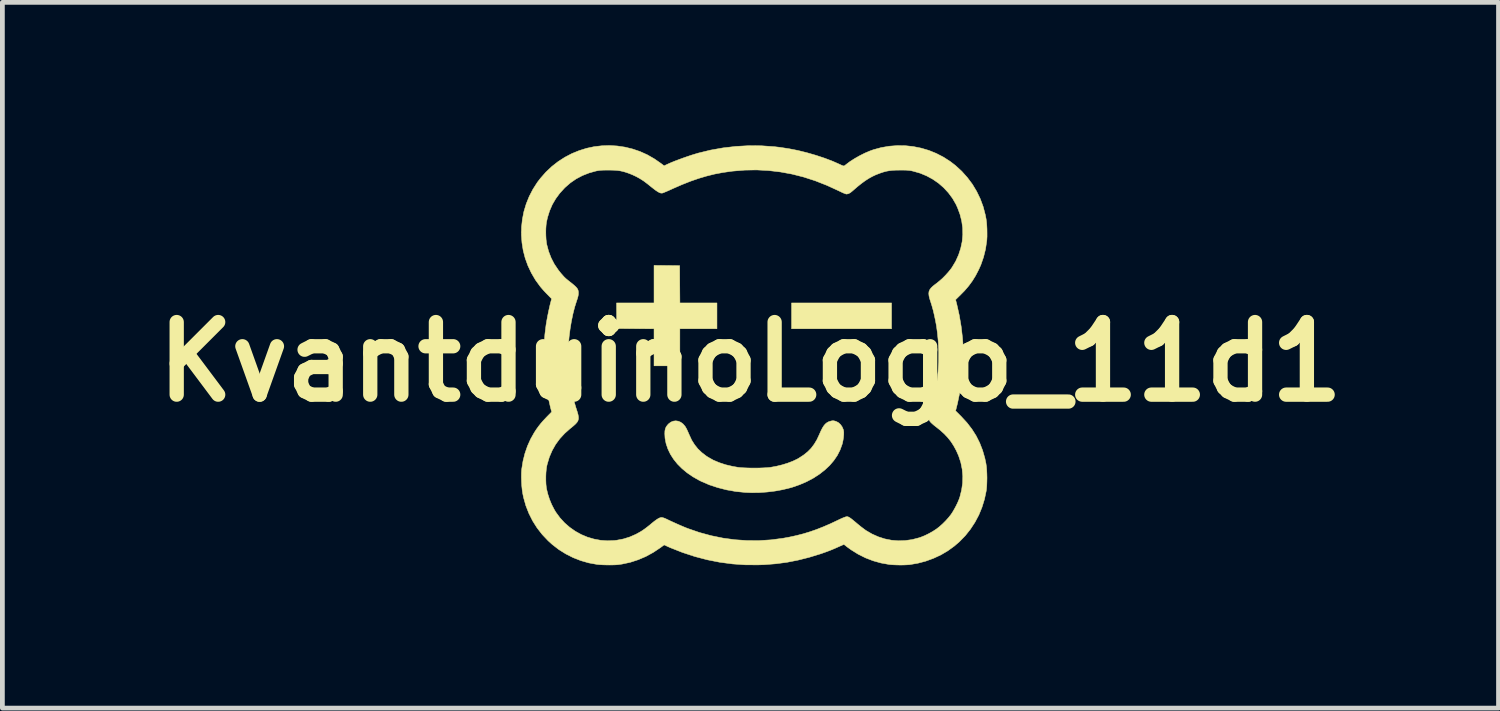
<source format=kicad_pcb>
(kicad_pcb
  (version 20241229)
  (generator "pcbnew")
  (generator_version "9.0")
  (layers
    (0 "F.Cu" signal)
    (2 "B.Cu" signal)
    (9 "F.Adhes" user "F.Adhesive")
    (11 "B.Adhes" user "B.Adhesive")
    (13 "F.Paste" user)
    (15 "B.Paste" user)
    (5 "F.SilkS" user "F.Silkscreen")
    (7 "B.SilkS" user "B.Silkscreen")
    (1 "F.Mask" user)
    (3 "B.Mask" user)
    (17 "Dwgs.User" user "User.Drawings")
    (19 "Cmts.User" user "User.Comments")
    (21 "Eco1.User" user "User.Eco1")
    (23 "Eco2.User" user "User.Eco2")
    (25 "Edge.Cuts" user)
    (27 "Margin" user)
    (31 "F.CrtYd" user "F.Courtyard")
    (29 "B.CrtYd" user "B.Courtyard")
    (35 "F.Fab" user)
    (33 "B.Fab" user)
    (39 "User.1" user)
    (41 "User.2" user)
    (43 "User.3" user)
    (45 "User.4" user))
  (footprint "KvantduinoLogo_11d1"
    (layer "F.Cu")
    (at 12.707 4.547)
    (property "Reference" "KvantduinoLogo_11d1" (at 0 0 0) (layer "F.SilkS") (effects (font (size 1.524 1.524) (thickness 0.3))))
    (attr through_hole)
    (fp_poly (pts (xy 2.963 -0.694) (xy 0.864 -0.694) (xy 0.864 -1.236) (xy 2.963 -1.236) (xy 2.963 -0.694)) (stroke (width 0.01) (type solid)) (fill yes) (layer "F.SilkS"))
    (fp_poly (pts (xy -1.755 -2.022) (xy -1.486 -2.019) (xy -1.484 -1.628) (xy -1.481 -1.236) (xy -0.703 -1.236) (xy -0.703 -0.694) (xy -1.482 -0.694) (xy -1.482 0.085) (xy -2.024 0.085) (xy -2.024 -0.694) (xy -2.807 -0.699) (xy -2.811 -1.236) (xy -2.024 -1.236) (xy -2.024 -2.024) (xy -1.755 -2.022)) (stroke (width 0.01) (type solid)) (fill yes) (layer "F.SilkS"))
    (fp_poly (pts (xy 1.763 1.241) (xy 1.795 1.25) (xy 1.845 1.275) (xy 1.889 1.314) (xy 1.925 1.364) (xy 1.95 1.422) (xy 1.956 1.445) (xy 1.96 1.482) (xy 1.959 1.53) (xy 1.954 1.587) (xy 1.945 1.646) (xy 1.933 1.705) (xy 1.925 1.734) (xy 1.882 1.852) (xy 1.824 1.966) (xy 1.75 2.074) (xy 1.662 2.177) (xy 1.56 2.272) (xy 1.446 2.361) (xy 1.319 2.443) (xy 1.181 2.516) (xy 1.033 2.58) (xy 0.874 2.635) (xy 0.824 2.649) (xy 0.675 2.685) (xy 0.516 2.714) (xy 0.351 2.734) (xy 0.184 2.746) (xy 0.022 2.748) (xy -0.106 2.743) (xy -0.306 2.723) (xy -0.499 2.689) (xy -0.684 2.642) (xy -0.861 2.584) (xy -1.026 2.513) (xy -1.077 2.488) (xy -1.209 2.413) (xy -1.329 2.331) (xy -1.437 2.241) (xy -1.532 2.146) (xy -1.613 2.045) (xy -1.681 1.939) (xy -1.733 1.83) (xy -1.771 1.718) (xy -1.793 1.604) (xy -1.798 1.511) (xy -1.796 1.453) (xy -1.787 1.407) (xy -1.771 1.368) (xy -1.745 1.332) (xy -1.72 1.304) (xy -1.672 1.267) (xy -1.621 1.246) (xy -1.568 1.239) (xy -1.515 1.247) (xy -1.463 1.269) (xy -1.415 1.305) (xy -1.373 1.353) (xy -1.345 1.4) (xy -1.33 1.431) (xy -1.312 1.471) (xy -1.293 1.514) (xy -1.282 1.539) (xy -1.232 1.647) (xy -1.172 1.742) (xy -1.103 1.828) (xy -1.021 1.906) (xy -0.926 1.979) (xy -0.89 2.002) (xy -0.781 2.064) (xy -0.658 2.116) (xy -0.522 2.161) (xy -0.373 2.196) (xy -0.258 2.216) (xy -0.204 2.222) (xy -0.136 2.226) (xy -0.059 2.229) (xy 0.024 2.231) (xy 0.109 2.231) (xy 0.194 2.23) (xy 0.273 2.227) (xy 0.344 2.223) (xy 0.403 2.218) (xy 0.419 2.216) (xy 0.545 2.193) (xy 0.668 2.163) (xy 0.784 2.127) (xy 0.891 2.086) (xy 0.985 2.041) (xy 1.016 2.023) (xy 1.116 1.958) (xy 1.202 1.889) (xy 1.276 1.814) (xy 1.339 1.73) (xy 1.396 1.635) (xy 1.447 1.526) (xy 1.447 1.525) (xy 1.48 1.451) (xy 1.511 1.39) (xy 1.541 1.343) (xy 1.571 1.307) (xy 1.603 1.28) (xy 1.639 1.26) (xy 1.671 1.249) (xy 1.706 1.24) (xy 1.735 1.237) (xy 1.763 1.241)) (stroke (width 0.01) (type solid)) (fill yes) (layer "F.SilkS"))
    (fp_poly (pts (xy -2.797 -4.532) (xy -2.635 -4.508) (xy -2.475 -4.469) (xy -2.317 -4.415) (xy -2.164 -4.346) (xy -2.016 -4.261) (xy -1.882 -4.168) (xy -1.812 -4.115) (xy -1.778 -4.132) (xy -1.726 -4.156) (xy -1.66 -4.185) (xy -1.584 -4.216) (xy -1.501 -4.247) (xy -1.414 -4.279) (xy -1.325 -4.31) (xy -1.239 -4.339) (xy -1.157 -4.364) (xy -1.101 -4.381) (xy -0.839 -4.445) (xy -0.574 -4.492) (xy -0.306 -4.523) (xy -0.037 -4.538) (xy 0.233 -4.536) (xy 0.503 -4.517) (xy 0.622 -4.503) (xy 0.806 -4.475) (xy 0.995 -4.438) (xy 1.185 -4.391) (xy 1.372 -4.337) (xy 1.554 -4.277) (xy 1.725 -4.212) (xy 1.85 -4.157) (xy 1.893 -4.137) (xy 1.924 -4.123) (xy 1.946 -4.115) (xy 1.961 -4.113) (xy 1.973 -4.116) (xy 1.986 -4.125) (xy 2.002 -4.138) (xy 2.008 -4.143) (xy 2.092 -4.206) (xy 2.189 -4.268) (xy 2.293 -4.327) (xy 2.4 -4.381) (xy 2.506 -4.426) (xy 2.58 -4.453) (xy 2.745 -4.498) (xy 2.913 -4.527) (xy 3.082 -4.54) (xy 3.251 -4.538) (xy 3.419 -4.52) (xy 3.584 -4.487) (xy 3.746 -4.439) (xy 3.902 -4.376) (xy 4.053 -4.298) (xy 4.196 -4.206) (xy 4.305 -4.122) (xy 4.437 -4.001) (xy 4.555 -3.869) (xy 4.66 -3.729) (xy 4.75 -3.579) (xy 4.826 -3.422) (xy 4.887 -3.257) (xy 4.932 -3.085) (xy 4.949 -2.997) (xy 4.957 -2.936) (xy 4.963 -2.863) (xy 4.967 -2.784) (xy 4.968 -2.703) (xy 4.968 -2.627) (xy 4.964 -2.56) (xy 4.962 -2.54) (xy 4.936 -2.364) (xy 4.894 -2.196) (xy 4.838 -2.035) (xy 4.793 -1.935) (xy 4.729 -1.811) (xy 4.66 -1.699) (xy 4.583 -1.594) (xy 4.495 -1.491) (xy 4.417 -1.412) (xy 4.308 -1.304) (xy 4.334 -1.204) (xy 4.385 -0.977) (xy 4.425 -0.741) (xy 4.453 -0.5) (xy 4.462 -0.385) (xy 4.47 -0.14) (xy 4.462 0.11) (xy 4.439 0.363) (xy 4.401 0.617) (xy 4.348 0.871) (xy 4.338 0.911) (xy 4.308 1.03) (xy 4.426 1.148) (xy 4.546 1.278) (xy 4.65 1.413) (xy 4.739 1.553) (xy 4.813 1.701) (xy 4.874 1.857) (xy 4.922 2.023) (xy 4.946 2.138) (xy 4.955 2.199) (xy 4.961 2.272) (xy 4.965 2.353) (xy 4.967 2.439) (xy 4.965 2.524) (xy 4.962 2.604) (xy 4.956 2.675) (xy 4.951 2.712) (xy 4.914 2.887) (xy 4.862 3.055) (xy 4.796 3.216) (xy 4.714 3.37) (xy 4.619 3.515) (xy 4.511 3.651) (xy 4.389 3.776) (xy 4.28 3.87) (xy 4.145 3.968) (xy 3.999 4.054) (xy 3.844 4.126) (xy 3.683 4.185) (xy 3.517 4.229) (xy 3.348 4.258) (xy 3.345 4.259) (xy 3.287 4.263) (xy 3.218 4.266) (xy 3.143 4.267) (xy 3.066 4.265) (xy 2.992 4.262) (xy 2.927 4.257) (xy 2.907 4.254) (xy 2.74 4.224) (xy 2.576 4.178) (xy 2.415 4.116) (xy 2.261 4.039) (xy 2.115 3.948) (xy 2.033 3.889) (xy 1.963 3.834) (xy 1.847 3.885) (xy 1.773 3.918) (xy 1.709 3.945) (xy 1.651 3.968) (xy 1.595 3.989) (xy 1.536 4.01) (xy 1.473 4.032) (xy 1.235 4.105) (xy 1.001 4.164) (xy 0.767 4.21) (xy 0.531 4.241) (xy 0.289 4.26) (xy 0.161 4.264) (xy -0.108 4.263) (xy -0.376 4.244) (xy -0.642 4.209) (xy -0.906 4.157) (xy -1.169 4.088) (xy -1.428 4.003) (xy -1.684 3.902) (xy -1.755 3.87) (xy -1.812 3.844) (xy -1.89 3.902) (xy -2.04 4.002) (xy -2.195 4.087) (xy -2.357 4.156) (xy -2.523 4.21) (xy -2.695 4.247) (xy -2.777 4.259) (xy -2.826 4.263) (xy -2.888 4.265) (xy -2.958 4.266) (xy -3.03 4.265) (xy -3.101 4.263) (xy -3.166 4.259) (xy -3.22 4.254) (xy -3.226 4.253) (xy -3.396 4.222) (xy -3.563 4.174) (xy -3.724 4.111) (xy -3.878 4.033) (xy -4.025 3.941) (xy -4.162 3.835) (xy -4.249 3.756) (xy -4.372 3.626) (xy -4.48 3.487) (xy -4.573 3.34) (xy -4.651 3.185) (xy -4.715 3.022) (xy -4.763 2.852) (xy -4.78 2.771) (xy -4.792 2.695) (xy -4.801 2.608) (xy -4.806 2.516) (xy -4.809 2.423) (xy -4.808 2.335) (xy -4.803 2.258) (xy -4.801 2.244) (xy -4.775 2.083) (xy -4.735 1.924) (xy -4.681 1.768) (xy -4.615 1.621) (xy -4.539 1.486) (xy -4.494 1.417) (xy -4.45 1.356) (xy -4.405 1.299) (xy -4.355 1.241) (xy -4.296 1.178) (xy -4.282 1.163) (xy -4.173 1.052) (xy -4.199 0.956) (xy -4.255 0.709) (xy -4.297 0.456) (xy -4.325 0.199) (xy -4.337 -0.06) (xy -4.334 -0.319) (xy -4.316 -0.575) (xy -4.292 -0.77) (xy -4.275 -0.872) (xy -4.255 -0.978) (xy -4.233 -1.084) (xy -4.211 -1.182) (xy -4.2 -1.226) (xy -4.174 -1.324) (xy -4.266 -1.418) (xy -4.304 -1.457) (xy -4.343 -1.499) (xy -4.378 -1.539) (xy -4.407 -1.573) (xy -4.412 -1.579) (xy -4.514 -1.719) (xy -4.6 -1.866) (xy -4.672 -2.018) (xy -4.729 -2.175) (xy -4.771 -2.336) (xy -4.797 -2.5) (xy -4.809 -2.664) (xy -4.808 -2.725) (xy -4.297 -2.725) (xy -4.295 -2.646) (xy -4.291 -2.57) (xy -4.283 -2.503) (xy -4.277 -2.466) (xy -4.238 -2.319) (xy -4.185 -2.182) (xy -4.118 -2.052) (xy -4.035 -1.929) (xy -3.983 -1.863) (xy -3.942 -1.816) (xy -3.907 -1.778) (xy -3.872 -1.745) (xy -3.831 -1.711) (xy -3.797 -1.684) (xy -3.741 -1.64) (xy -3.697 -1.603) (xy -3.664 -1.572) (xy -3.64 -1.544) (xy -3.625 -1.519) (xy -3.616 -1.492) (xy -3.612 -1.464) (xy -3.612 -1.439) (xy -3.614 -1.407) (xy -3.621 -1.371) (xy -3.633 -1.328) (xy -3.648 -1.283) (xy -3.69 -1.151) (xy -3.727 -1.006) (xy -3.759 -0.852) (xy -3.786 -0.69) (xy -3.807 -0.526) (xy -3.819 -0.39) (xy -3.823 -0.317) (xy -3.825 -0.232) (xy -3.825 -0.139) (xy -3.824 -0.044) (xy -3.821 0.051) (xy -3.817 0.14) (xy -3.811 0.22) (xy -3.806 0.271) (xy -3.787 0.414) (xy -3.763 0.556) (xy -3.735 0.695) (xy -3.704 0.825) (xy -3.67 0.944) (xy -3.658 0.982) (xy -3.635 1.053) (xy -3.619 1.111) (xy -3.611 1.159) (xy -3.611 1.199) (xy -3.621 1.236) (xy -3.641 1.27) (xy -3.673 1.306) (xy -3.716 1.345) (xy -3.772 1.391) (xy -3.785 1.401) (xy -3.901 1.504) (xy -4.003 1.615) (xy -4.091 1.735) (xy -4.163 1.863) (xy -4.222 2) (xy -4.266 2.146) (xy -4.277 2.193) (xy -4.286 2.254) (xy -4.293 2.328) (xy -4.296 2.407) (xy -4.296 2.489) (xy -4.293 2.567) (xy -4.286 2.637) (xy -4.281 2.667) (xy -4.255 2.775) (xy -4.219 2.887) (xy -4.173 2.998) (xy -4.12 3.101) (xy -4.086 3.158) (xy -4 3.275) (xy -3.902 3.382) (xy -3.794 3.476) (xy -3.677 3.558) (xy -3.552 3.627) (xy -3.421 3.682) (xy -3.284 3.722) (xy -3.144 3.748) (xy -3.001 3.758) (xy -2.857 3.752) (xy -2.811 3.747) (xy -2.669 3.72) (xy -2.534 3.678) (xy -2.404 3.621) (xy -2.353 3.593) (xy -2.305 3.566) (xy -2.261 3.538) (xy -2.217 3.507) (xy -2.169 3.471) (xy -2.115 3.428) (xy -2.07 3.39) (xy -2.014 3.345) (xy -1.967 3.311) (xy -1.928 3.287) (xy -1.895 3.273) (xy -1.867 3.268) (xy -1.863 3.268) (xy -1.837 3.273) (xy -1.801 3.285) (xy -1.761 3.303) (xy -1.69 3.337) (xy -1.614 3.372) (xy -1.536 3.407) (xy -1.461 3.44) (xy -1.392 3.469) (xy -1.333 3.493) (xy -1.315 3.5) (xy -1.071 3.584) (xy -0.824 3.651) (xy -0.575 3.702) (xy -0.324 3.736) (xy -0.072 3.753) (xy 0.18 3.754) (xy 0.433 3.738) (xy 0.685 3.705) (xy 0.826 3.679) (xy 0.971 3.647) (xy 1.111 3.611) (xy 1.249 3.569) (xy 1.387 3.521) (xy 1.529 3.465) (xy 1.677 3.401) (xy 1.832 3.328) (xy 1.895 3.298) (xy 1.945 3.276) (xy 1.982 3.262) (xy 2.009 3.253) (xy 2.024 3.251) (xy 2.039 3.252) (xy 2.055 3.257) (xy 2.074 3.266) (xy 2.097 3.281) (xy 2.127 3.303) (xy 2.165 3.334) (xy 2.212 3.373) (xy 2.241 3.398) (xy 2.285 3.434) (xy 2.331 3.471) (xy 2.375 3.504) (xy 2.413 3.532) (xy 2.425 3.541) (xy 2.552 3.615) (xy 2.684 3.674) (xy 2.821 3.718) (xy 2.962 3.746) (xy 3.105 3.758) (xy 3.249 3.753) (xy 3.394 3.733) (xy 3.537 3.696) (xy 3.577 3.683) (xy 3.659 3.65) (xy 3.745 3.608) (xy 3.829 3.561) (xy 3.904 3.512) (xy 3.907 3.51) (xy 3.97 3.461) (xy 4.036 3.402) (xy 4.101 3.337) (xy 4.16 3.271) (xy 4.209 3.209) (xy 4.211 3.207) (xy 4.246 3.154) (xy 4.282 3.092) (xy 4.318 3.025) (xy 4.351 2.957) (xy 4.378 2.893) (xy 4.397 2.84) (xy 4.434 2.693) (xy 4.455 2.546) (xy 4.459 2.4) (xy 4.446 2.255) (xy 4.417 2.112) (xy 4.371 1.973) (xy 4.321 1.861) (xy 4.267 1.762) (xy 4.209 1.673) (xy 4.143 1.59) (xy 4.067 1.51) (xy 3.98 1.432) (xy 3.888 1.359) (xy 3.851 1.33) (xy 3.818 1.301) (xy 3.79 1.275) (xy 3.773 1.255) (xy 3.772 1.254) (xy 3.759 1.234) (xy 3.751 1.215) (xy 3.748 1.193) (xy 3.747 1.161) (xy 3.747 1.153) (xy 3.748 1.125) (xy 3.751 1.098) (xy 3.757 1.068) (xy 3.767 1.033) (xy 3.782 0.987) (xy 3.791 0.961) (xy 3.843 0.788) (xy 3.885 0.604) (xy 3.917 0.411) (xy 3.94 0.211) (xy 3.952 0.006) (xy 3.954 -0.2) (xy 3.946 -0.406) (xy 3.926 -0.609) (xy 3.907 -0.748) (xy 3.886 -0.863) (xy 3.862 -0.977) (xy 3.836 -1.087) (xy 3.808 -1.186) (xy 3.788 -1.249) (xy 3.765 -1.321) (xy 3.75 -1.381) (xy 3.745 -1.431) (xy 3.749 -1.474) (xy 3.764 -1.512) (xy 3.791 -1.549) (xy 3.83 -1.587) (xy 3.883 -1.629) (xy 3.906 -1.646) (xy 3.967 -1.695) (xy 4.032 -1.752) (xy 4.095 -1.816) (xy 4.154 -1.881) (xy 4.205 -1.944) (xy 4.232 -1.981) (xy 4.31 -2.111) (xy 4.371 -2.246) (xy 4.416 -2.385) (xy 4.446 -2.526) (xy 4.459 -2.669) (xy 4.456 -2.812) (xy 4.436 -2.956) (xy 4.4 -3.098) (xy 4.348 -3.237) (xy 4.317 -3.305) (xy 4.244 -3.432) (xy 4.157 -3.549) (xy 4.058 -3.656) (xy 3.949 -3.751) (xy 3.829 -3.834) (xy 3.7 -3.904) (xy 3.563 -3.961) (xy 3.419 -4.002) (xy 3.381 -4.011) (xy 3.347 -4.017) (xy 3.31 -4.021) (xy 3.267 -4.024) (xy 3.213 -4.025) (xy 3.147 -4.025) (xy 3.137 -4.025) (xy 3.051 -4.024) (xy 2.978 -4.02) (xy 2.913 -4.012) (xy 2.852 -4.001) (xy 2.79 -3.984) (xy 2.724 -3.962) (xy 2.716 -3.959) (xy 2.635 -3.928) (xy 2.559 -3.892) (xy 2.485 -3.851) (xy 2.409 -3.802) (xy 2.331 -3.745) (xy 2.247 -3.678) (xy 2.156 -3.599) (xy 2.142 -3.587) (xy 2.099 -3.552) (xy 2.061 -3.531) (xy 2.026 -3.523) (xy 2.016 -3.522) (xy 2 -3.526) (xy 1.972 -3.536) (xy 1.934 -3.552) (xy 1.89 -3.573) (xy 1.849 -3.593) (xy 1.605 -3.705) (xy 1.361 -3.801) (xy 1.117 -3.88) (xy 0.872 -3.942) (xy 0.626 -3.987) (xy 0.38 -4.016) (xy 0.131 -4.029) (xy -0.119 -4.025) (xy -0.372 -4.004) (xy -0.404 -4) (xy -0.579 -3.975) (xy -0.749 -3.943) (xy -0.918 -3.901) (xy -1.087 -3.851) (xy -1.26 -3.791) (xy -1.439 -3.72) (xy -1.627 -3.638) (xy -1.642 -3.631) (xy -1.695 -3.607) (xy -1.744 -3.585) (xy -1.787 -3.567) (xy -1.821 -3.553) (xy -1.844 -3.544) (xy -1.851 -3.543) (xy -1.877 -3.542) (xy -1.907 -3.551) (xy -1.943 -3.57) (xy -1.987 -3.599) (xy -2.041 -3.64) (xy -2.079 -3.67) (xy -2.166 -3.74) (xy -2.245 -3.799) (xy -2.322 -3.848) (xy -2.398 -3.89) (xy -2.477 -3.927) (xy -2.546 -3.955) (xy -2.612 -3.978) (xy -2.673 -3.996) (xy -2.732 -4.009) (xy -2.794 -4.018) (xy -2.863 -4.023) (xy -2.943 -4.025) (xy -2.98 -4.025) (xy -3.044 -4.025) (xy -3.094 -4.024) (xy -3.134 -4.022) (xy -3.169 -4.019) (xy -3.2 -4.014) (xy -3.233 -4.008) (xy -3.24 -4.007) (xy -3.387 -3.966) (xy -3.527 -3.911) (xy -3.658 -3.842) (xy -3.779 -3.759) (xy -3.891 -3.662) (xy -3.904 -3.649) (xy -4.005 -3.538) (xy -4.09 -3.422) (xy -4.161 -3.3) (xy -4.217 -3.17) (xy -4.261 -3.03) (xy -4.282 -2.934) (xy -4.29 -2.874) (xy -4.295 -2.803) (xy -4.297 -2.725) (xy -4.808 -2.725) (xy -4.806 -2.83) (xy -4.788 -2.994) (xy -4.756 -3.157) (xy -4.708 -3.316) (xy -4.645 -3.472) (xy -4.567 -3.623) (xy -4.475 -3.767) (xy -4.41 -3.852) (xy -4.295 -3.983) (xy -4.17 -4.101) (xy -4.037 -4.205) (xy -3.897 -4.295) (xy -3.75 -4.372) (xy -3.598 -4.434) (xy -3.442 -4.483) (xy -3.283 -4.517) (xy -3.122 -4.536) (xy -2.959 -4.542) (xy -2.797 -4.532)) (stroke (width 0.01) (type solid)) (fill yes) (layer "F.SilkS")))
  (gr_rect
    (start -3 -3)
    (end 28.415 11.818)
    (stroke (width 0.1) (type default))
    (fill no)
    (layer "Edge.Cuts")))
</source>
